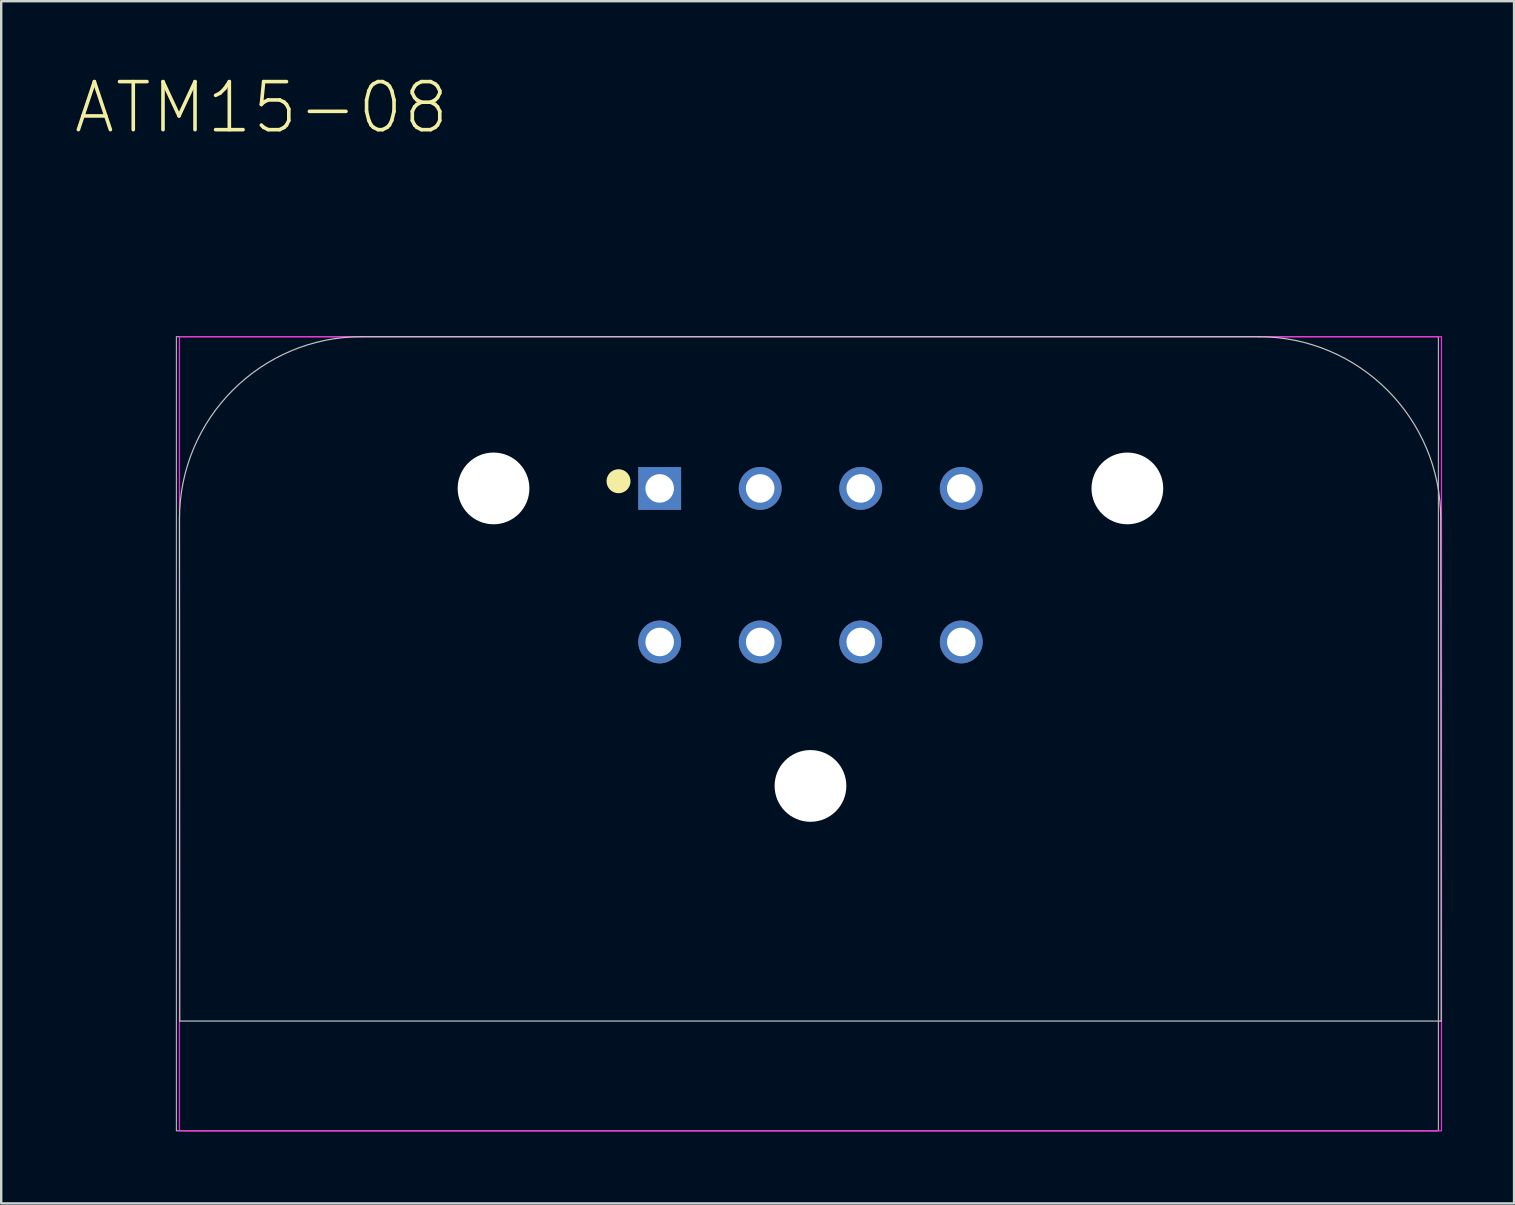
<source format=kicad_pcb>
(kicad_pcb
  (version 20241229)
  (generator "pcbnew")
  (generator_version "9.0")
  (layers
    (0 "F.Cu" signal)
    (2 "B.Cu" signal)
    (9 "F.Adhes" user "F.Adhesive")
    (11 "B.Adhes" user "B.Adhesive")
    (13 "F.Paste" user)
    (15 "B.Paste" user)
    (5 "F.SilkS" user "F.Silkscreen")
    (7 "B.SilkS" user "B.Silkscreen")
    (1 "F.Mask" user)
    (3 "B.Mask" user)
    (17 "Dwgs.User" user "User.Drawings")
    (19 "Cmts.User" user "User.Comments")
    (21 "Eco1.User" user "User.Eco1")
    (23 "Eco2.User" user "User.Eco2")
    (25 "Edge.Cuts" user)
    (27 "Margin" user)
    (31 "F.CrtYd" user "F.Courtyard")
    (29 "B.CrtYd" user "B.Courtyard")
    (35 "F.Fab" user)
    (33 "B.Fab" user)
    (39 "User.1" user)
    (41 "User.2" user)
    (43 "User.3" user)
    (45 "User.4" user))
  (footprint "ATM15-08"
    (layer "F.Cu")
    (at 30.73 20.507)
    (property "Reference" "ATM15-08" (at -22.887 -19.072 0) (layer "F.SilkS") (effects (font (size 2.002 2.002) (thickness 0.15))))
    (attr through_hole)
    (fp_circle (center -8 -3.5) (end -7.75 -3.5) (stroke (width 0.5) (type solid)) (fill no) (layer "F.SilkS"))
    (fp_line (start -26.3 -1.925) (end -26.289 19) (stroke (width 0.05) (type default)) (layer "Dwgs.User"))
    (fp_line (start -26.289 19) (end 26.289 19) (stroke (width 0.05) (type default)) (layer "Dwgs.User"))
    (fp_line (start 18.7 -9.525) (end -18.7 -9.525) (stroke (width 0.05) (type default)) (layer "Dwgs.User"))
    (fp_line (start 26.289 19) (end 26.269 -1.925) (stroke (width 0.05) (type default)) (layer "Dwgs.User"))
    (fp_arc (start -26.3 -1.925) (mid -24.074012 -7.299012) (end -18.7 -9.525) (stroke (width 0.05) (type default)) (layer "Dwgs.User"))
    (fp_arc (start 18.669 -9.525) (mid 24.043012 -7.299012) (end 26.269 -1.925) (stroke (width 0.05) (type default)) (layer "Dwgs.User"))
    (fp_rect (start -26.3 23.575) (end 26.3 -9.525) (stroke (width 0.05) (type default)) (fill no) (layer "F.CrtYd"))
    (fp_rect (start -26.427 23.575) (end 26.173 -9.525) (stroke (width 0.05) (type default)) (fill no) (layer "F.Fab"))
    (pad "" np_thru_hole circle (at -13.21 -3.2) (size 2.99 2.99) (drill 3) (layers "*.Cu" "*.Mask"))
    (pad "" np_thru_hole circle (at 0 9.2) (size 2.99 2.99) (drill 3) (layers "*.Cu" "*.Mask"))
    (pad "" np_thru_hole circle (at 13.208 -3.2) (size 2.99 2.99) (drill 3) (layers "*.Cu" "*.Mask"))
    (pad "1" thru_hole rect (at -6.285 -3.2) (size 1.785 1.785) (drill 1.19) (layers "*.Cu" "*.Mask"))
    (pad "2" thru_hole circle (at -2.095 -3.2) (size 1.785 1.785) (drill 1.19) (layers "*.Cu" "*.Mask"))
    (pad "3" thru_hole circle (at 2.095 -3.2) (size 1.785 1.785) (drill 1.19) (layers "*.Cu" "*.Mask"))
    (pad "4" thru_hole circle (at 6.285 -3.2) (size 1.785 1.785) (drill 1.19) (layers "*.Cu" "*.Mask"))
    (pad "5" thru_hole circle (at 6.285 3.2) (size 1.785 1.785) (drill 1.19) (layers "*.Cu" "*.Mask"))
    (pad "6" thru_hole circle (at 2.095 3.2) (size 1.785 1.785) (drill 1.19) (layers "*.Cu" "*.Mask"))
    (pad "7" thru_hole circle (at -2.095 3.2) (size 1.785 1.785) (drill 1.19) (layers "*.Cu" "*.Mask"))
    (pad "8" thru_hole circle (at -6.285 3.2) (size 1.785 1.785) (drill 1.19) (layers "*.Cu" "*.Mask")))
  (gr_rect
    (start -3 -3)
    (end 60.055 47.107)
    (stroke (width 0.1) (type default))
    (fill no)
    (layer "Edge.Cuts")))
</source>
